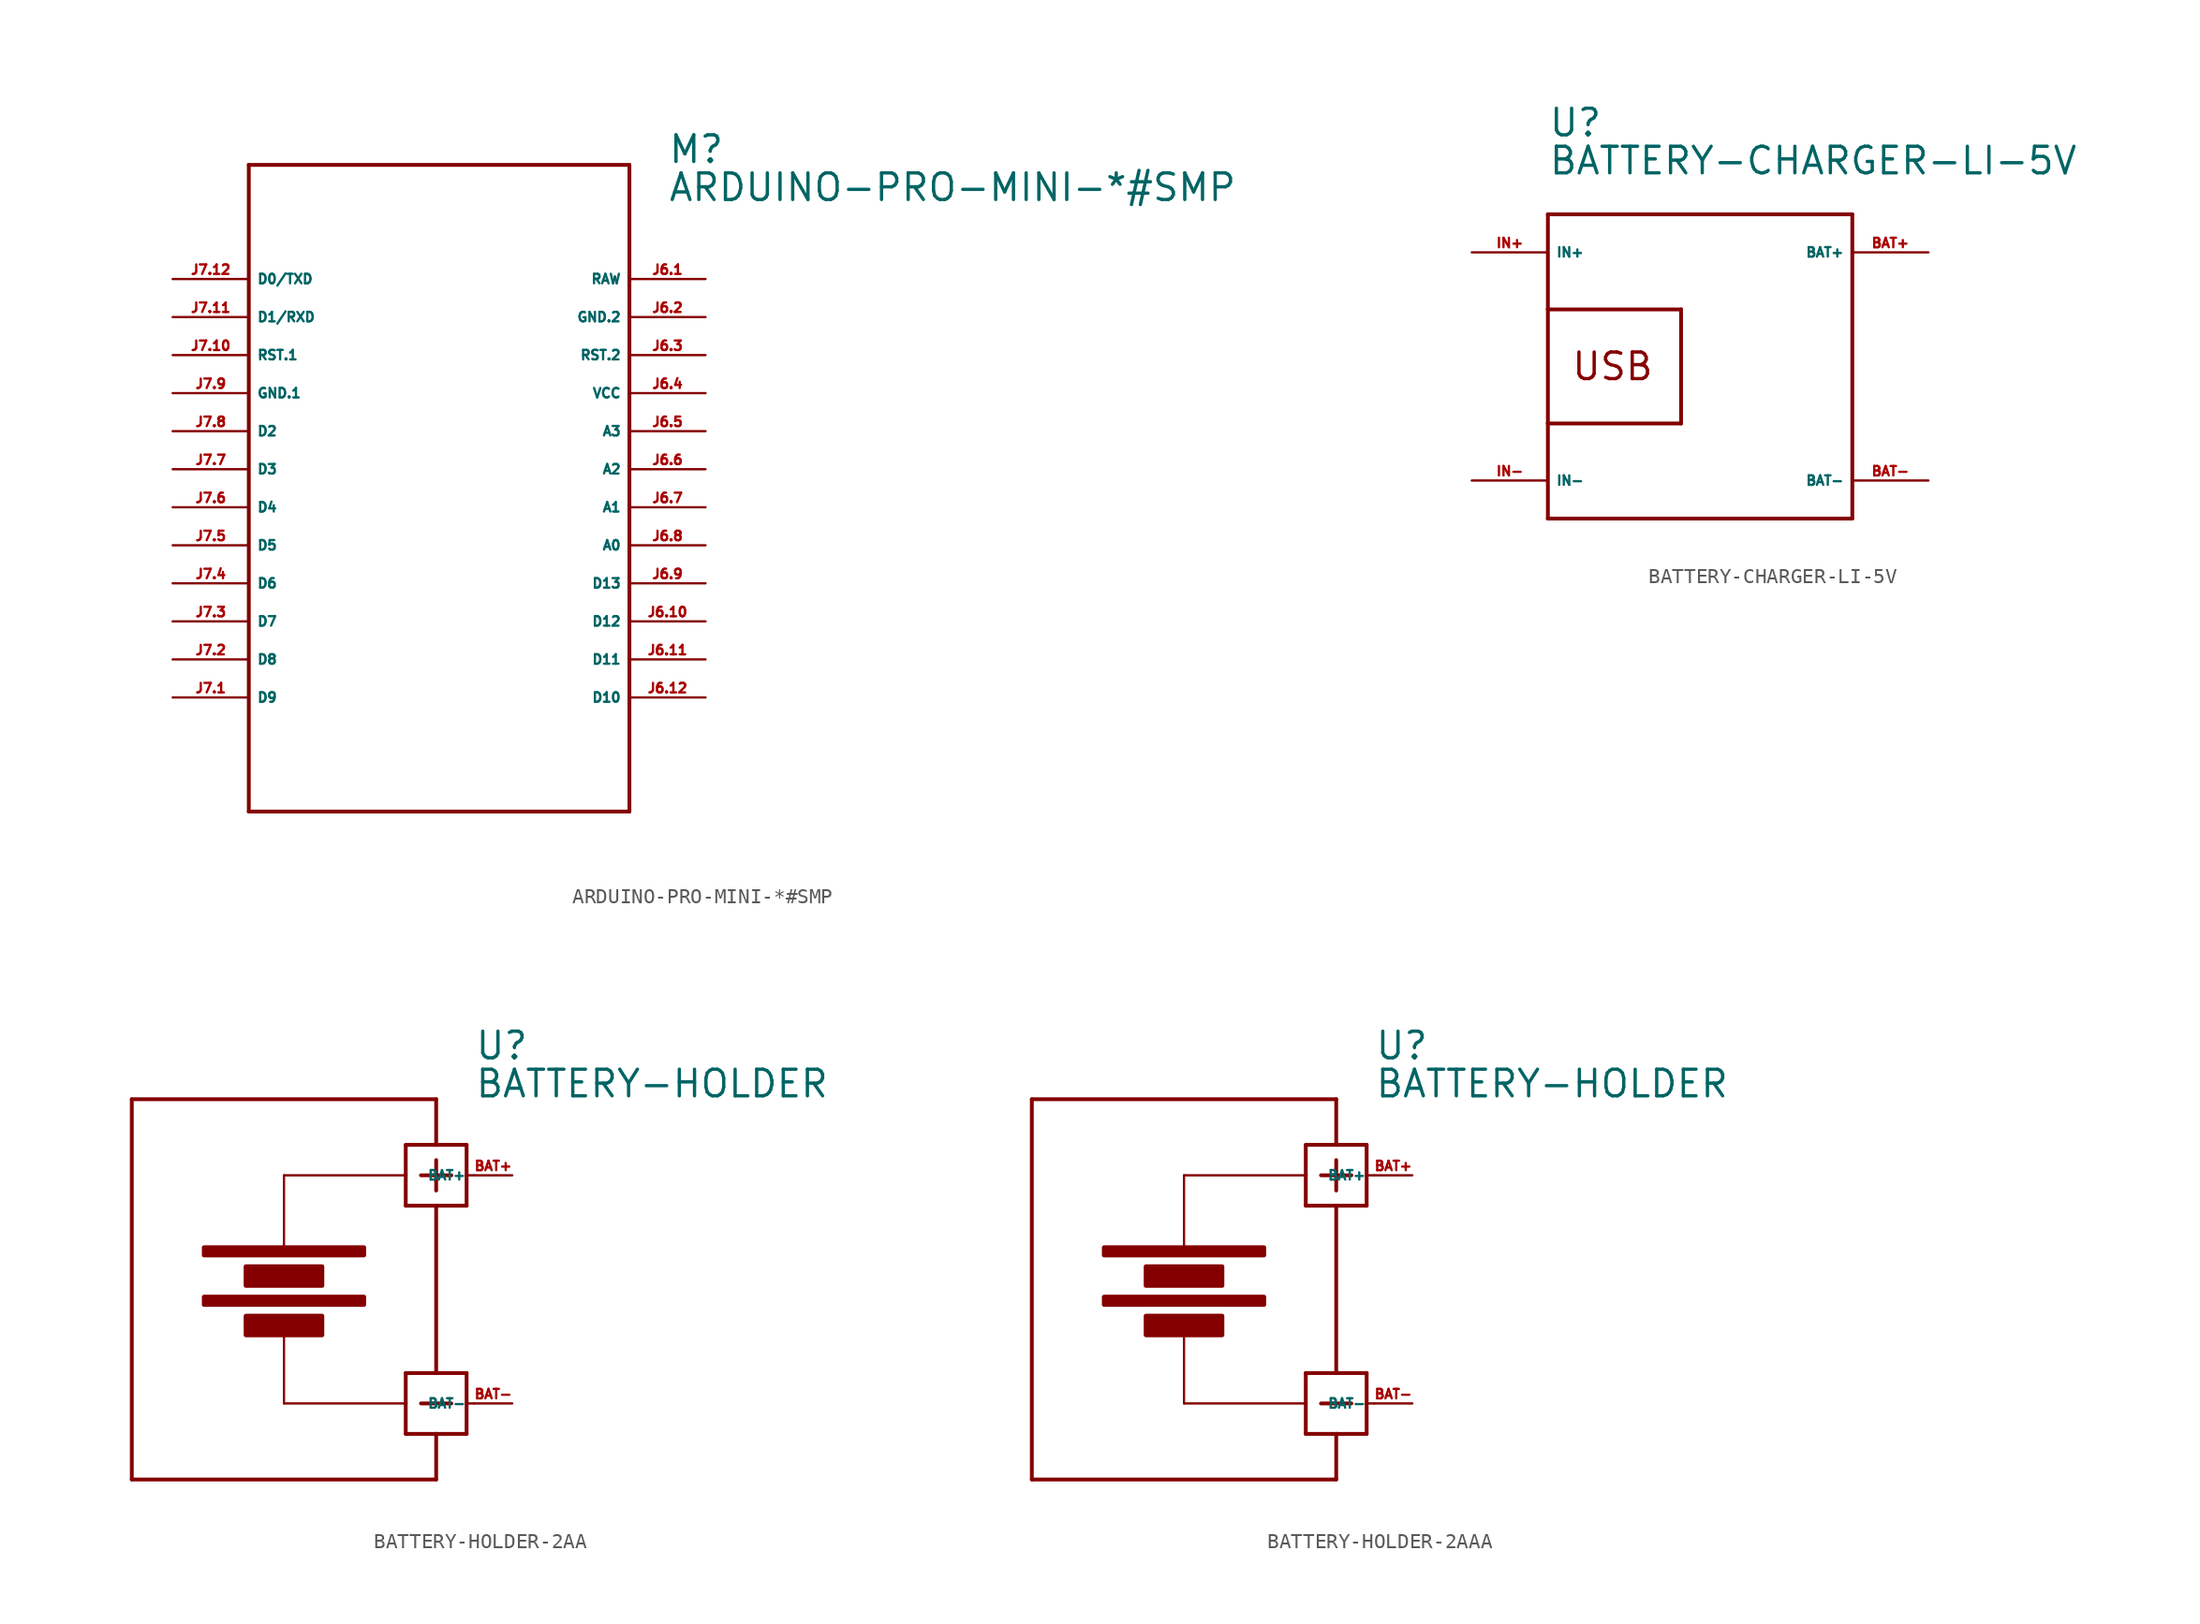
<source format=kicad_sym>
(kicad_symbol_lib
  (version 20220914)
  (generator Eagle2Kicad)
  (symbol "ARDUINO-PRO-MINI-*#SMP"
    (property "Reference" "M"
      (at 15.24 20.32 0)
      (effects (font (size 1.778 1.778) (thickness 0.22)) (justify left bottom)))
    (property "Value" "ARDUINO-PRO-MINI-*#SMP"
      (at 15.24 17.78 0)
      (effects (font (size 1.778 1.778) (thickness 0.22)) (justify left bottom)))
    (polyline
      (pts (xy -12.7 20.32) (xy 12.7 20.32))
      (stroke (width 0.254) (type default))
      (fill (type none)))
    (polyline
      (pts (xy 12.7 20.32) (xy 12.7 -22.86))
      (stroke (width 0.254) (type default))
      (fill (type none)))
    (polyline
      (pts (xy 12.7 -22.86) (xy -12.7 -22.86))
      (stroke (width 0.254) (type default))
      (fill (type none)))
    (polyline
      (pts (xy -12.7 -22.86) (xy -12.7 20.32))
      (stroke (width 0.254) (type default))
      (fill (type none)))
    (pin bidirectional line
      (at -17.78 12.7 0)
      (length 5.08)
      (name "D0/TXD" (effects (font (size 0.635 0.635) (thickness 0.08)) (justify left bottom)))
      (number "J7.12" (effects (font (size 0.635 0.635) (thickness 0.08)) (justify left bottom))))
    (pin bidirectional line
      (at -17.78 10.16 0)
      (length 5.08)
      (name "D1/RXD" (effects (font (size 0.635 0.635) (thickness 0.08)) (justify left bottom)))
      (number "J7.11" (effects (font (size 0.635 0.635) (thickness 0.08)) (justify left bottom))))
    (pin bidirectional line
      (at -17.78 7.62 0)
      (length 5.08)
      (name "RST.1" (effects (font (size 0.635 0.635) (thickness 0.08)) (justify left bottom)))
      (number "J7.10" (effects (font (size 0.635 0.635) (thickness 0.08)) (justify left bottom))))
    (pin unspecified line
      (at -17.78 5.08 0)
      (length 5.08)
      (name "GND.1" (effects (font (size 0.635 0.635) (thickness 0.08)) (justify left bottom)))
      (number "J7.9" (effects (font (size 0.635 0.635) (thickness 0.08)) (justify left bottom))))
    (pin bidirectional line
      (at -17.78 2.54 0)
      (length 5.08)
      (name "D2" (effects (font (size 0.635 0.635) (thickness 0.08)) (justify left bottom)))
      (number "J7.8" (effects (font (size 0.635 0.635) (thickness 0.08)) (justify left bottom))))
    (pin bidirectional line
      (at -17.78 0 0)
      (length 5.08)
      (name "D3" (effects (font (size 0.635 0.635) (thickness 0.08)) (justify left bottom)))
      (number "J7.7" (effects (font (size 0.635 0.635) (thickness 0.08)) (justify left bottom))))
    (pin bidirectional line
      (at -17.78 -2.54 0)
      (length 5.08)
      (name "D4" (effects (font (size 0.635 0.635) (thickness 0.08)) (justify left bottom)))
      (number "J7.6" (effects (font (size 0.635 0.635) (thickness 0.08)) (justify left bottom))))
    (pin bidirectional line
      (at -17.78 -5.08 0)
      (length 5.08)
      (name "D5" (effects (font (size 0.635 0.635) (thickness 0.08)) (justify left bottom)))
      (number "J7.5" (effects (font (size 0.635 0.635) (thickness 0.08)) (justify left bottom))))
    (pin bidirectional line
      (at -17.78 -7.62 0)
      (length 5.08)
      (name "D6" (effects (font (size 0.635 0.635) (thickness 0.08)) (justify left bottom)))
      (number "J7.4" (effects (font (size 0.635 0.635) (thickness 0.08)) (justify left bottom))))
    (pin bidirectional line
      (at -17.78 -10.16 0)
      (length 5.08)
      (name "D7" (effects (font (size 0.635 0.635) (thickness 0.08)) (justify left bottom)))
      (number "J7.3" (effects (font (size 0.635 0.635) (thickness 0.08)) (justify left bottom))))
    (pin bidirectional line
      (at -17.78 -12.7 0)
      (length 5.08)
      (name "D8" (effects (font (size 0.635 0.635) (thickness 0.08)) (justify left bottom)))
      (number "J7.2" (effects (font (size 0.635 0.635) (thickness 0.08)) (justify left bottom))))
    (pin bidirectional line
      (at -17.78 -15.24 0)
      (length 5.08)
      (name "D9" (effects (font (size 0.635 0.635) (thickness 0.08)) (justify left bottom)))
      (number "J7.1" (effects (font (size 0.635 0.635) (thickness 0.08)) (justify left bottom))))
    (pin unspecified line
      (at 17.78 12.7 180)
      (length 5.08)
      (name "RAW" (effects (font (size 0.635 0.635) (thickness 0.08)) (justify left bottom)))
      (number "J6.1" (effects (font (size 0.635 0.635) (thickness 0.08)) (justify left bottom))))
    (pin unspecified line
      (at 17.78 10.16 180)
      (length 5.08)
      (name "GND.2" (effects (font (size 0.635 0.635) (thickness 0.08)) (justify left bottom)))
      (number "J6.2" (effects (font (size 0.635 0.635) (thickness 0.08)) (justify left bottom))))
    (pin bidirectional line
      (at 17.78 7.62 180)
      (length 5.08)
      (name "RST.2" (effects (font (size 0.635 0.635) (thickness 0.08)) (justify left bottom)))
      (number "J6.3" (effects (font (size 0.635 0.635) (thickness 0.08)) (justify left bottom))))
    (pin unspecified line
      (at 17.78 5.08 180)
      (length 5.08)
      (name "VCC" (effects (font (size 0.635 0.635) (thickness 0.08)) (justify left bottom)))
      (number "J6.4" (effects (font (size 0.635 0.635) (thickness 0.08)) (justify left bottom))))
    (pin bidirectional line
      (at 17.78 2.54 180)
      (length 5.08)
      (name "A3" (effects (font (size 0.635 0.635) (thickness 0.08)) (justify left bottom)))
      (number "J6.5" (effects (font (size 0.635 0.635) (thickness 0.08)) (justify left bottom))))
    (pin bidirectional line
      (at 17.78 0 180)
      (length 5.08)
      (name "A2" (effects (font (size 0.635 0.635) (thickness 0.08)) (justify left bottom)))
      (number "J6.6" (effects (font (size 0.635 0.635) (thickness 0.08)) (justify left bottom))))
    (pin bidirectional line
      (at 17.78 -2.54 180)
      (length 5.08)
      (name "A1" (effects (font (size 0.635 0.635) (thickness 0.08)) (justify left bottom)))
      (number "J6.7" (effects (font (size 0.635 0.635) (thickness 0.08)) (justify left bottom))))
    (pin bidirectional line
      (at 17.78 -5.08 180)
      (length 5.08)
      (name "A0" (effects (font (size 0.635 0.635) (thickness 0.08)) (justify left bottom)))
      (number "J6.8" (effects (font (size 0.635 0.635) (thickness 0.08)) (justify left bottom))))
    (pin bidirectional line
      (at 17.78 -7.62 180)
      (length 5.08)
      (name "D13" (effects (font (size 0.635 0.635) (thickness 0.08)) (justify left bottom)))
      (number "J6.9" (effects (font (size 0.635 0.635) (thickness 0.08)) (justify left bottom))))
    (pin bidirectional line
      (at 17.78 -10.16 180)
      (length 5.08)
      (name "D12" (effects (font (size 0.635 0.635) (thickness 0.08)) (justify left bottom)))
      (number "J6.10" (effects (font (size 0.635 0.635) (thickness 0.08)) (justify left bottom))))
    (pin bidirectional line
      (at 17.78 -12.7 180)
      (length 5.08)
      (name "D11" (effects (font (size 0.635 0.635) (thickness 0.08)) (justify left bottom)))
      (number "J6.11" (effects (font (size 0.635 0.635) (thickness 0.08)) (justify left bottom))))
    (pin bidirectional line
      (at 17.78 -15.24 180)
      (length 5.08)
      (name "D10" (effects (font (size 0.635 0.635) (thickness 0.08)) (justify left bottom)))
      (number "J6.12" (effects (font (size 0.635 0.635) (thickness 0.08)) (justify left bottom)))))
  (symbol "BATTERY-CHARGER-LI-5V"
    (property "Reference" "U"
      (at -10.16 15.24 0)
      (effects (font (size 1.778 1.778) (thickness 0.22)) (justify left bottom)))
    (property "Value" "BATTERY-CHARGER-LI-5V"
      (at -10.16 12.7 0)
      (effects (font (size 1.778 1.778) (thickness 0.22)) (justify left bottom)))
    (polyline
      (pts (xy -10.16 10.16) (xy 10.16 10.16))
      (stroke (width 0.254) (type default))
      (fill (type none)))
    (polyline
      (pts (xy 10.16 10.16) (xy 10.16 -10.16))
      (stroke (width 0.254) (type default))
      (fill (type none)))
    (polyline
      (pts (xy 10.16 -10.16) (xy -10.16 -10.16))
      (stroke (width 0.254) (type default))
      (fill (type none)))
    (polyline
      (pts (xy -10.16 -10.16) (xy -10.16 -3.81))
      (stroke (width 0.254) (type default))
      (fill (type none)))
    (polyline
      (pts (xy -10.16 -3.81) (xy -10.16 3.81))
      (stroke (width 0.254) (type default))
      (fill (type none)))
    (polyline
      (pts (xy -10.16 3.81) (xy -10.16 10.16))
      (stroke (width 0.254) (type default))
      (fill (type none)))
    (polyline
      (pts (xy -10.16 3.81) (xy -1.27 3.81))
      (stroke (width 0.254) (type default))
      (fill (type none)))
    (polyline
      (pts (xy -1.27 3.81) (xy -1.27 -3.81))
      (stroke (width 0.254) (type default))
      (fill (type none)))
    (polyline
      (pts (xy -1.27 -3.81) (xy -10.16 -3.81))
      (stroke (width 0.254) (type default))
      (fill (type none)))
    (text "USB"
      (at -5.842 0 0)
      (effects (font (size 1.778 1.778) (thickness 0.22))))
    (pin bidirectional line
      (at -15.24 7.62 0)
      (length 5.08)
      (name "IN+" (effects (font (size 0.635 0.635) (thickness 0.08)) (justify left bottom)))
      (number "IN+" (effects (font (size 0.635 0.635) (thickness 0.08)) (justify left bottom))))
    (pin bidirectional line
      (at -15.24 -7.62 0)
      (length 5.08)
      (name "IN-" (effects (font (size 0.635 0.635) (thickness 0.08)) (justify left bottom)))
      (number "IN-" (effects (font (size 0.635 0.635) (thickness 0.08)) (justify left bottom))))
    (pin bidirectional line
      (at 15.24 7.62 180)
      (length 5.08)
      (name "BAT+" (effects (font (size 0.635 0.635) (thickness 0.08)) (justify left bottom)))
      (number "BAT+" (effects (font (size 0.635 0.635) (thickness 0.08)) (justify left bottom))))
    (pin bidirectional line
      (at 15.24 -7.62 180)
      (length 5.08)
      (name "BAT-" (effects (font (size 0.635 0.635) (thickness 0.08)) (justify left bottom)))
      (number "BAT-" (effects (font (size 0.635 0.635) (thickness 0.08)) (justify left bottom)))))
  (symbol "BATTERY-HOLDER-2AA"
    (property "Reference" "U"
      (at 12.7 15.24 0)
      (effects (font (size 1.778 1.778) (thickness 0.22)) (justify left bottom)))
    (property "Value" "BATTERY-HOLDER"
      (at 12.7 12.7 0)
      (effects (font (size 1.778 1.778) (thickness 0.22)) (justify left bottom)))
    (polyline
      (pts (xy 10.16 12.7) (xy -10.16 12.7))
      (stroke (width 0.254) (type default))
      (fill (type none)))
    (polyline
      (pts (xy -10.16 12.7) (xy -10.16 -12.7))
      (stroke (width 0.254) (type default))
      (fill (type none)))
    (polyline
      (pts (xy -10.16 -12.7) (xy 10.16 -12.7))
      (stroke (width 0.254) (type default))
      (fill (type none)))
    (polyline
      (pts (xy 10.16 -12.7) (xy 10.16 -9.652))
      (stroke (width 0.254) (type default))
      (fill (type none)))
    (polyline
      (pts (xy 0 -3.048) (xy 0 -7.62))
      (stroke (width 0.152) (type default))
      (fill (type none)))
    (polyline
      (pts (xy 0 -7.62) (xy 8.128 -7.62))
      (stroke (width 0.152) (type default))
      (fill (type none)))
    (polyline
      (pts (xy 0 7.62) (xy 0 2.794))
      (stroke (width 0.152) (type default))
      (fill (type none)))
    (polyline
      (pts (xy 12.192 9.652) (xy 12.192 7.62))
      (stroke (width 0.254) (type default))
      (fill (type none)))
    (polyline
      (pts (xy 12.192 7.62) (xy 12.192 5.588))
      (stroke (width 0.254) (type default))
      (fill (type none)))
    (polyline
      (pts (xy 12.192 5.588) (xy 10.16 5.588))
      (stroke (width 0.254) (type default))
      (fill (type none)))
    (polyline
      (pts (xy 10.16 5.588) (xy 8.128 5.588))
      (stroke (width 0.254) (type default))
      (fill (type none)))
    (polyline
      (pts (xy 8.128 5.588) (xy 8.128 7.62))
      (stroke (width 0.254) (type default))
      (fill (type none)))
    (polyline
      (pts (xy 8.128 7.62) (xy 8.128 9.652))
      (stroke (width 0.254) (type default))
      (fill (type none)))
    (polyline
      (pts (xy 8.128 9.652) (xy 10.16 9.652))
      (stroke (width 0.254) (type default))
      (fill (type none)))
    (polyline
      (pts (xy 10.16 9.652) (xy 12.192 9.652))
      (stroke (width 0.254) (type default))
      (fill (type none)))
    (polyline
      (pts (xy 11.176 7.62) (xy 9.144 7.62))
      (stroke (width 0.254) (type default))
      (fill (type none)))
    (polyline
      (pts (xy 10.16 6.604) (xy 10.16 8.636))
      (stroke (width 0.254) (type default))
      (fill (type none)))
    (polyline
      (pts (xy 12.192 -5.588) (xy 12.192 -7.62))
      (stroke (width 0.254) (type default))
      (fill (type none)))
    (polyline
      (pts (xy 12.192 -7.62) (xy 12.192 -9.652))
      (stroke (width 0.254) (type default))
      (fill (type none)))
    (polyline
      (pts (xy 12.192 -9.652) (xy 10.16 -9.652))
      (stroke (width 0.254) (type default))
      (fill (type none)))
    (polyline
      (pts (xy 10.16 -9.652) (xy 8.128 -9.652))
      (stroke (width 0.254) (type default))
      (fill (type none)))
    (polyline
      (pts (xy 8.128 -9.652) (xy 8.128 -7.62))
      (stroke (width 0.254) (type default))
      (fill (type none)))
    (polyline
      (pts (xy 8.128 -7.62) (xy 8.128 -5.588))
      (stroke (width 0.254) (type default))
      (fill (type none)))
    (polyline
      (pts (xy 8.128 -5.588) (xy 10.16 -5.588))
      (stroke (width 0.254) (type default))
      (fill (type none)))
    (polyline
      (pts (xy 10.16 -5.588) (xy 12.192 -5.588))
      (stroke (width 0.254) (type default))
      (fill (type none)))
    (polyline
      (pts (xy 11.176 -7.62) (xy 9.144 -7.62))
      (stroke (width 0.254) (type default))
      (fill (type none)))
    (polyline
      (pts (xy 10.16 12.7) (xy 10.16 9.652))
      (stroke (width 0.254) (type default))
      (fill (type none)))
    (polyline
      (pts (xy 10.16 -5.588) (xy 10.16 5.588))
      (stroke (width 0.254) (type default))
      (fill (type none)))
    (polyline
      (pts (xy 12.7 -7.62) (xy 12.192 -7.62))
      (stroke (width 0.152) (type default))
      (fill (type none)))
    (polyline
      (pts (xy 12.7 7.62) (xy 12.192 7.62))
      (stroke (width 0.152) (type default))
      (fill (type none)))
    (polyline
      (pts (xy 0 7.62) (xy 8.128 7.62))
      (stroke (width 0.152) (type default))
      (fill (type none)))
    (rectangle
      (start -2.54 -3.048)
      (end 2.54 -1.778)
      (stroke (width 0.3) (type default))
      (fill (type outline)))
    (rectangle
      (start -5.334 -1.016)
      (end 5.334 -0.508)
      (stroke (width 0.3) (type default))
      (fill (type outline)))
    (rectangle
      (start -2.54 0.254)
      (end 2.54 1.524)
      (stroke (width 0.3) (type default))
      (fill (type outline)))
    (rectangle
      (start -5.334 2.286)
      (end 5.334 2.794)
      (stroke (width 0.3) (type default))
      (fill (type outline)))
    (pin unspecified line
      (at 15.24 7.62 180)
      (length 2.54)
      (name "BAT+" (effects (font (size 0.635 0.635) (thickness 0.08)) (justify left bottom)))
      (number "BAT+" (effects (font (size 0.635 0.635) (thickness 0.08)) (justify left bottom))))
    (pin unspecified line
      (at 15.24 -7.62 180)
      (length 2.54)
      (name "BAT-" (effects (font (size 0.635 0.635) (thickness 0.08)) (justify left bottom)))
      (number "BAT-" (effects (font (size 0.635 0.635) (thickness 0.08)) (justify left bottom)))))
  (symbol "BATTERY-HOLDER-2AAA"
    (property "Reference" "U"
      (at 12.7 15.24 0)
      (effects (font (size 1.778 1.778) (thickness 0.22)) (justify left bottom)))
    (property "Value" "BATTERY-HOLDER"
      (at 12.7 12.7 0)
      (effects (font (size 1.778 1.778) (thickness 0.22)) (justify left bottom)))
    (polyline
      (pts (xy 10.16 12.7) (xy -10.16 12.7))
      (stroke (width 0.254) (type default))
      (fill (type none)))
    (polyline
      (pts (xy -10.16 12.7) (xy -10.16 -12.7))
      (stroke (width 0.254) (type default))
      (fill (type none)))
    (polyline
      (pts (xy -10.16 -12.7) (xy 10.16 -12.7))
      (stroke (width 0.254) (type default))
      (fill (type none)))
    (polyline
      (pts (xy 10.16 -12.7) (xy 10.16 -9.652))
      (stroke (width 0.254) (type default))
      (fill (type none)))
    (polyline
      (pts (xy 0 -3.048) (xy 0 -7.62))
      (stroke (width 0.152) (type default))
      (fill (type none)))
    (polyline
      (pts (xy 0 -7.62) (xy 8.128 -7.62))
      (stroke (width 0.152) (type default))
      (fill (type none)))
    (polyline
      (pts (xy 0 7.62) (xy 0 2.794))
      (stroke (width 0.152) (type default))
      (fill (type none)))
    (polyline
      (pts (xy 12.192 9.652) (xy 12.192 7.62))
      (stroke (width 0.254) (type default))
      (fill (type none)))
    (polyline
      (pts (xy 12.192 7.62) (xy 12.192 5.588))
      (stroke (width 0.254) (type default))
      (fill (type none)))
    (polyline
      (pts (xy 12.192 5.588) (xy 10.16 5.588))
      (stroke (width 0.254) (type default))
      (fill (type none)))
    (polyline
      (pts (xy 10.16 5.588) (xy 8.128 5.588))
      (stroke (width 0.254) (type default))
      (fill (type none)))
    (polyline
      (pts (xy 8.128 5.588) (xy 8.128 7.62))
      (stroke (width 0.254) (type default))
      (fill (type none)))
    (polyline
      (pts (xy 8.128 7.62) (xy 8.128 9.652))
      (stroke (width 0.254) (type default))
      (fill (type none)))
    (polyline
      (pts (xy 8.128 9.652) (xy 10.16 9.652))
      (stroke (width 0.254) (type default))
      (fill (type none)))
    (polyline
      (pts (xy 10.16 9.652) (xy 12.192 9.652))
      (stroke (width 0.254) (type default))
      (fill (type none)))
    (polyline
      (pts (xy 11.176 7.62) (xy 9.144 7.62))
      (stroke (width 0.254) (type default))
      (fill (type none)))
    (polyline
      (pts (xy 10.16 6.604) (xy 10.16 8.636))
      (stroke (width 0.254) (type default))
      (fill (type none)))
    (polyline
      (pts (xy 12.192 -5.588) (xy 12.192 -7.62))
      (stroke (width 0.254) (type default))
      (fill (type none)))
    (polyline
      (pts (xy 12.192 -7.62) (xy 12.192 -9.652))
      (stroke (width 0.254) (type default))
      (fill (type none)))
    (polyline
      (pts (xy 12.192 -9.652) (xy 10.16 -9.652))
      (stroke (width 0.254) (type default))
      (fill (type none)))
    (polyline
      (pts (xy 10.16 -9.652) (xy 8.128 -9.652))
      (stroke (width 0.254) (type default))
      (fill (type none)))
    (polyline
      (pts (xy 8.128 -9.652) (xy 8.128 -7.62))
      (stroke (width 0.254) (type default))
      (fill (type none)))
    (polyline
      (pts (xy 8.128 -7.62) (xy 8.128 -5.588))
      (stroke (width 0.254) (type default))
      (fill (type none)))
    (polyline
      (pts (xy 8.128 -5.588) (xy 10.16 -5.588))
      (stroke (width 0.254) (type default))
      (fill (type none)))
    (polyline
      (pts (xy 10.16 -5.588) (xy 12.192 -5.588))
      (stroke (width 0.254) (type default))
      (fill (type none)))
    (polyline
      (pts (xy 11.176 -7.62) (xy 9.144 -7.62))
      (stroke (width 0.254) (type default))
      (fill (type none)))
    (polyline
      (pts (xy 10.16 12.7) (xy 10.16 9.652))
      (stroke (width 0.254) (type default))
      (fill (type none)))
    (polyline
      (pts (xy 10.16 -5.588) (xy 10.16 5.588))
      (stroke (width 0.254) (type default))
      (fill (type none)))
    (polyline
      (pts (xy 12.7 -7.62) (xy 12.192 -7.62))
      (stroke (width 0.152) (type default))
      (fill (type none)))
    (polyline
      (pts (xy 12.7 7.62) (xy 12.192 7.62))
      (stroke (width 0.152) (type default))
      (fill (type none)))
    (polyline
      (pts (xy 0 7.62) (xy 8.128 7.62))
      (stroke (width 0.152) (type default))
      (fill (type none)))
    (rectangle
      (start -2.54 -3.048)
      (end 2.54 -1.778)
      (stroke (width 0.3) (type default))
      (fill (type outline)))
    (rectangle
      (start -5.334 -1.016)
      (end 5.334 -0.508)
      (stroke (width 0.3) (type default))
      (fill (type outline)))
    (rectangle
      (start -2.54 0.254)
      (end 2.54 1.524)
      (stroke (width 0.3) (type default))
      (fill (type outline)))
    (rectangle
      (start -5.334 2.286)
      (end 5.334 2.794)
      (stroke (width 0.3) (type default))
      (fill (type outline)))
    (pin unspecified line
      (at 15.24 7.62 180)
      (length 2.54)
      (name "BAT+" (effects (font (size 0.635 0.635) (thickness 0.08)) (justify left bottom)))
      (number "BAT+" (effects (font (size 0.635 0.635) (thickness 0.08)) (justify left bottom))))
    (pin unspecified line
      (at 15.24 -7.62 180)
      (length 2.54)
      (name "BAT-" (effects (font (size 0.635 0.635) (thickness 0.08)) (justify left bottom)))
      (number "BAT-" (effects (font (size 0.635 0.635) (thickness 0.08)) (justify left bottom))))))
</source>
